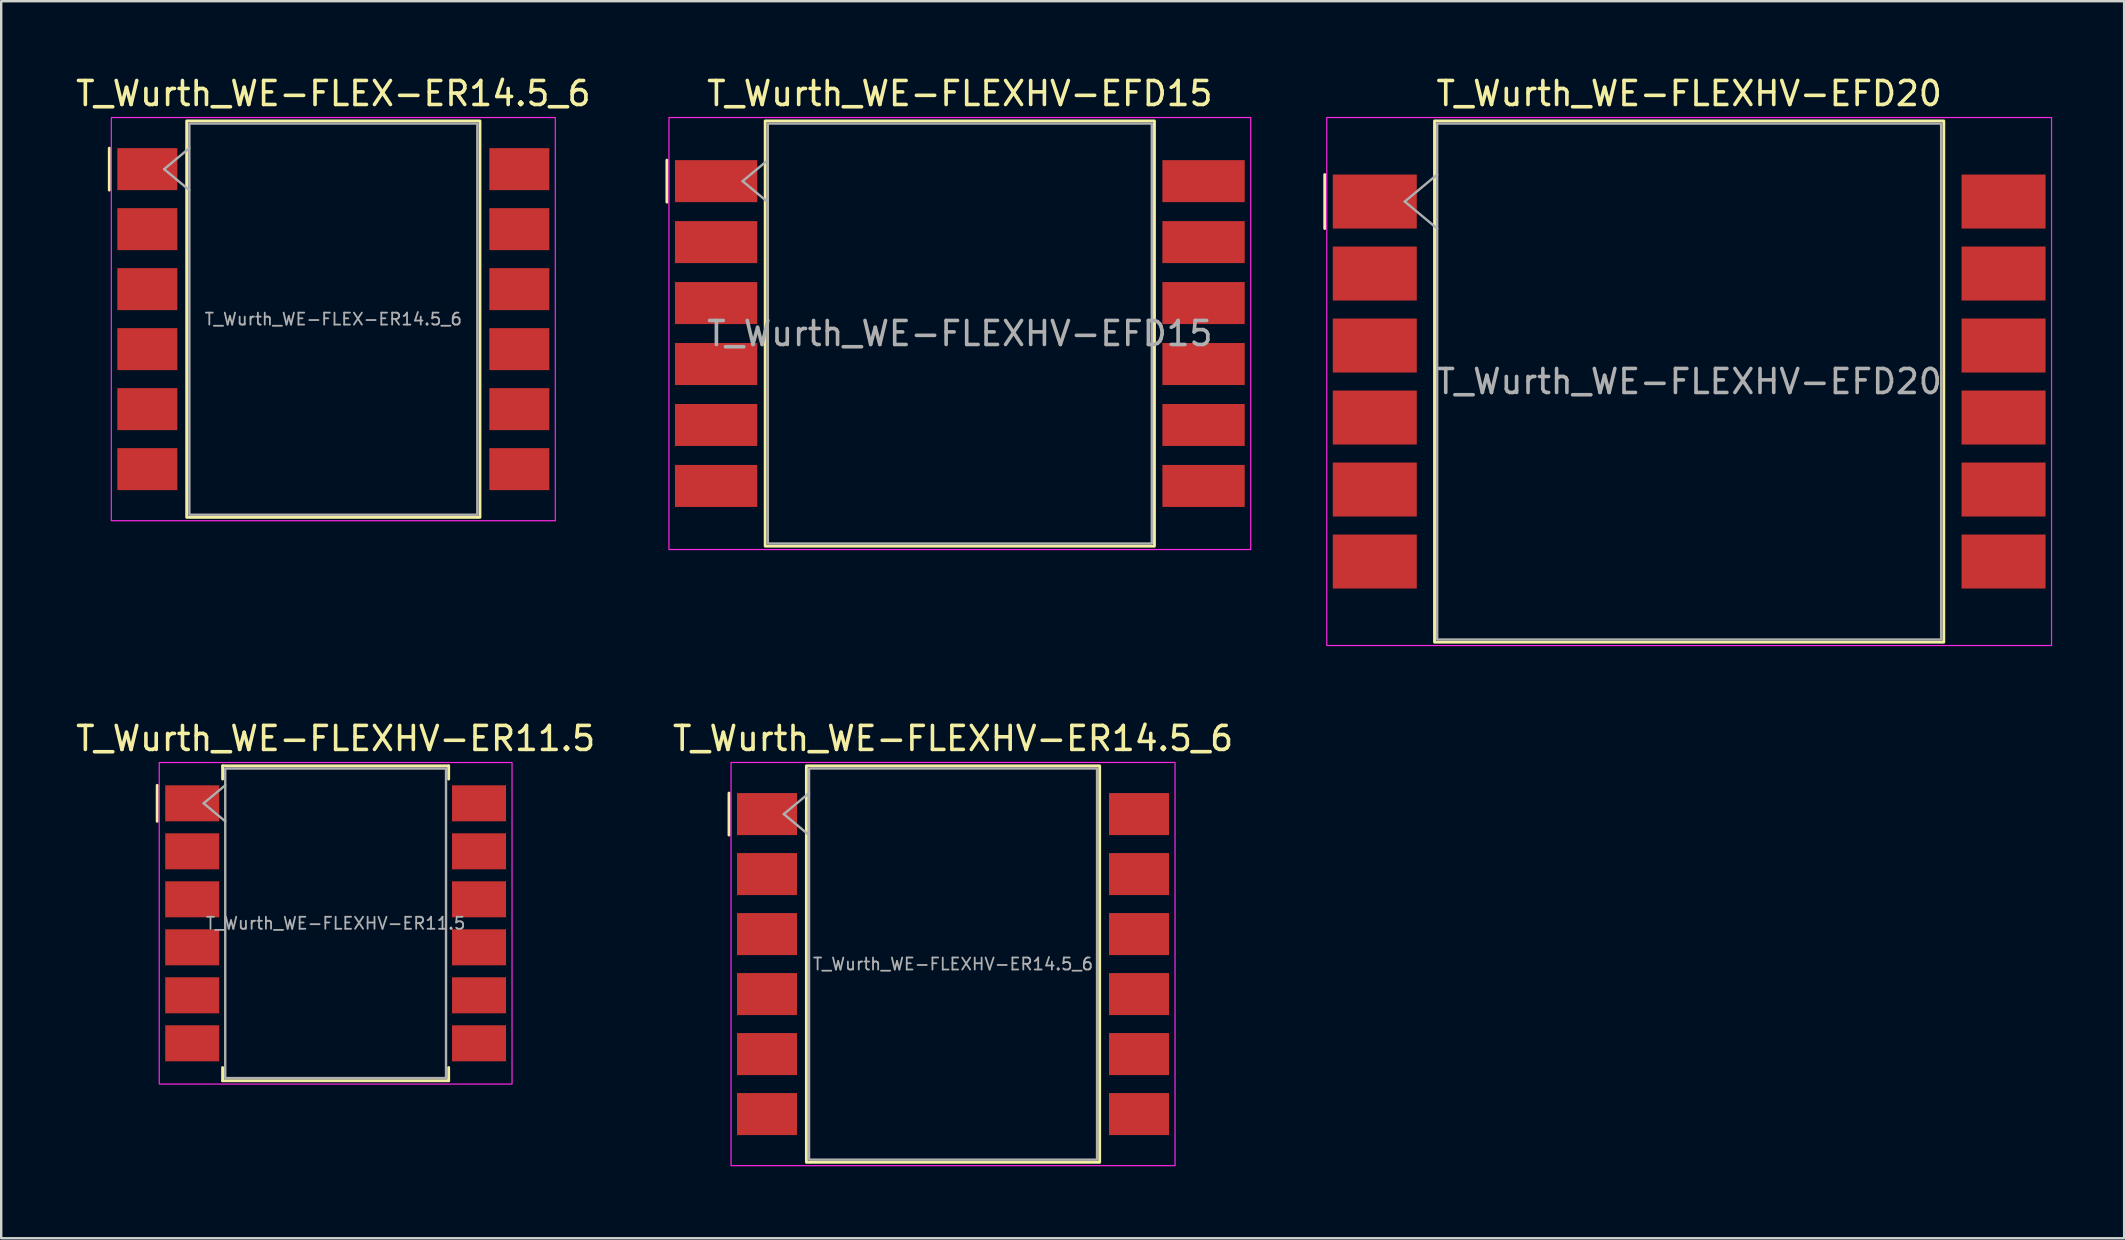
<source format=kicad_pcb>
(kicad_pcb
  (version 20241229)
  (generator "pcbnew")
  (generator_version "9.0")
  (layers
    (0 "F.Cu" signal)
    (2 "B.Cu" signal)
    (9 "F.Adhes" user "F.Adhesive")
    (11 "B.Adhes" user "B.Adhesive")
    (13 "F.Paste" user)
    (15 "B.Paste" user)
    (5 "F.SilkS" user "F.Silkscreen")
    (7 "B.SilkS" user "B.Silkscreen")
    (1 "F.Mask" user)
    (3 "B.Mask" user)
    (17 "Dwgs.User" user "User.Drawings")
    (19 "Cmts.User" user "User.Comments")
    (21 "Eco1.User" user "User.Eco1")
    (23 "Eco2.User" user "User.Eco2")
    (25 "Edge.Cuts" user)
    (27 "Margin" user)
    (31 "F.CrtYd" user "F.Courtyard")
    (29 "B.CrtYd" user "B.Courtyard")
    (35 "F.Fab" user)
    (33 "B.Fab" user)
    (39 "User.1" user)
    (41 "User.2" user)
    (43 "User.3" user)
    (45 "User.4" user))
  (footprint "T_Wurth_WE-FLEXHV-EFD15"
    (layer "F.Cu")
    (at 36.944 10.848)
    (property "Reference" "T_Wurth_WE-FLEXHV-EFD15" (at 0 -10 0) (unlocked yes) (layer "F.SilkS") (effects (font (size 1 1) (thickness 0.15))))
    (attr smd)
    (fp_line (start -12.205 -7.225) (end -12.205 -5.475) (stroke (width 0.12) (type solid)) (layer "F.SilkS"))
    (fp_rect (start -8.11 -8.86) (end 8.11 8.86) (stroke (width 0.12) (type solid)) (fill no) (layer "F.SilkS"))
    (fp_rect (start -12.12 -9) (end 12.12 9) (stroke (width 0.05) (type solid)) (fill no) (layer "F.CrtYd"))
    (fp_line (start -8 -7.225) (end -9.05 -6.35) (stroke (width 0.1) (type solid)) (layer "F.Fab"))
    (fp_line (start -8 -5.475) (end -9.05 -6.35) (stroke (width 0.1) (type solid)) (layer "F.Fab"))
    (fp_rect (start -8 -8.75) (end 8 8.75) (stroke (width 0.1) (type solid)) (fill no) (layer "F.Fab"))
    (fp_text user "${REFERENCE}" (at 0 0 0) (unlocked yes) (layer "F.Fab") (effects (font (size 1 1) (thickness 0.15))))
    (pad "1" smd rect (at -10.155 -6.35) (size 3.43 1.75) (layers "F.Cu" "F.Mask" "F.Paste"))
    (pad "2" smd rect (at -10.155 -3.81) (size 3.43 1.75) (layers "F.Cu" "F.Mask" "F.Paste"))
    (pad "3" smd rect (at -10.155 -1.27) (size 3.43 1.75) (layers "F.Cu" "F.Mask" "F.Paste"))
    (pad "4" smd rect (at -10.155 1.27) (size 3.43 1.75) (layers "F.Cu" "F.Mask" "F.Paste"))
    (pad "5" smd rect (at -10.155 3.81) (size 3.43 1.75) (layers "F.Cu" "F.Mask" "F.Paste"))
    (pad "6" smd rect (at -10.155 6.35) (size 3.43 1.75) (layers "F.Cu" "F.Mask" "F.Paste"))
    (pad "7" smd rect (at 10.155 6.35) (size 3.43 1.75) (layers "F.Cu" "F.Mask" "F.Paste"))
    (pad "8" smd rect (at 10.155 3.81) (size 3.43 1.75) (layers "F.Cu" "F.Mask" "F.Paste"))
    (pad "9" smd rect (at 10.155 1.27) (size 3.43 1.75) (layers "F.Cu" "F.Mask" "F.Paste"))
    (pad "10" smd rect (at 10.155 -1.27) (size 3.43 1.75) (layers "F.Cu" "F.Mask" "F.Paste"))
    (pad "11" smd rect (at 10.155 -3.81) (size 3.43 1.75) (layers "F.Cu" "F.Mask" "F.Paste"))
    (pad "12" smd rect (at 10.155 -6.35) (size 3.43 1.75) (layers "F.Cu" "F.Mask" "F.Paste")))
  (footprint "T_Wurth_WE-FLEX-ER14.5_6"
    (layer "F.Cu")
    (at 10.839 10.248)
    (property "Reference" "T_Wurth_WE-FLEX-ER14.5_6" (at 0 -9.4 0) (unlocked yes) (layer "F.SilkS") (effects (font (size 1 1) (thickness 0.15))))
    (attr smd)
    (fp_line (start -9.335 -7.125) (end -9.335 -5.375) (stroke (width 0.12) (type solid)) (layer "F.SilkS"))
    (fp_rect (start -6.11 -8.26) (end 6.11 8.26) (stroke (width 0.12) (type solid)) (fill no) (layer "F.SilkS"))
    (fp_rect (start -9.25 -8.4) (end 9.25 8.4) (stroke (width 0.05) (type solid)) (fill no) (layer "F.CrtYd"))
    (fp_line (start -6 -7.125) (end -7.05 -6.25) (stroke (width 0.1) (type solid)) (layer "F.Fab"))
    (fp_line (start -6 -5.375) (end -7.05 -6.25) (stroke (width 0.1) (type solid)) (layer "F.Fab"))
    (fp_rect (start -6 -8.15) (end 6 8.15) (stroke (width 0.1) (type solid)) (fill no) (layer "F.Fab"))
    (fp_text user "${REFERENCE}" (at 0 0 0) (unlocked yes) (layer "F.Fab") (effects (font (size 0.5 0.5) (thickness 0.075))))
    (pad "1" smd rect (at -7.75 -6.25) (size 2.5 1.75) (layers "F.Cu" "F.Mask" "F.Paste"))
    (pad "2" smd rect (at -7.75 -3.75) (size 2.5 1.75) (layers "F.Cu" "F.Mask" "F.Paste"))
    (pad "3" smd rect (at -7.75 -1.25) (size 2.5 1.75) (layers "F.Cu" "F.Mask" "F.Paste"))
    (pad "4" smd rect (at -7.75 1.25) (size 2.5 1.75) (layers "F.Cu" "F.Mask" "F.Paste"))
    (pad "5" smd rect (at -7.75 3.75) (size 2.5 1.75) (layers "F.Cu" "F.Mask" "F.Paste"))
    (pad "6" smd rect (at -7.75 6.25) (size 2.5 1.75) (layers "F.Cu" "F.Mask" "F.Paste"))
    (pad "7" smd rect (at 7.75 6.25) (size 2.5 1.75) (layers "F.Cu" "F.Mask" "F.Paste"))
    (pad "8" smd rect (at 7.75 3.75) (size 2.5 1.75) (layers "F.Cu" "F.Mask" "F.Paste"))
    (pad "9" smd rect (at 7.75 1.25) (size 2.5 1.75) (layers "F.Cu" "F.Mask" "F.Paste"))
    (pad "10" smd rect (at 7.75 -1.25) (size 2.5 1.75) (layers "F.Cu" "F.Mask" "F.Paste"))
    (pad "11" smd rect (at 7.75 -3.75) (size 2.5 1.75) (layers "F.Cu" "F.Mask" "F.Paste"))
    (pad "12" smd rect (at 7.75 -6.25) (size 2.5 1.75) (layers "F.Cu" "F.Mask" "F.Paste")))
  (footprint "T_Wurth_WE-FLEXHV-ER14.5_6"
    (layer "F.Cu")
    (at 36.661 37.121)
    (property "Reference" "T_Wurth_WE-FLEXHV-ER14.5_6" (at 0 -9.4 0) (unlocked yes) (layer "F.SilkS") (effects (font (size 1 1) (thickness 0.15))))
    (attr smd)
    (fp_line (start -9.335 -7.125) (end -9.335 -5.375) (stroke (width 0.12) (type solid)) (layer "F.SilkS"))
    (fp_rect (start -6.11 -8.26) (end 6.11 8.26) (stroke (width 0.12) (type solid)) (fill no) (layer "F.SilkS"))
    (fp_rect (start -9.25 -8.4) (end 9.25 8.4) (stroke (width 0.05) (type solid)) (fill no) (layer "F.CrtYd"))
    (fp_line (start -6 -7.125) (end -7.05 -6.25) (stroke (width 0.1) (type solid)) (layer "F.Fab"))
    (fp_line (start -6 -5.375) (end -7.05 -6.25) (stroke (width 0.1) (type solid)) (layer "F.Fab"))
    (fp_rect (start -6 -8.15) (end 6 8.15) (stroke (width 0.1) (type solid)) (fill no) (layer "F.Fab"))
    (fp_text user "${REFERENCE}" (at 0 0 0) (unlocked yes) (layer "F.Fab") (effects (font (size 0.5 0.5) (thickness 0.075))))
    (pad "1" smd rect (at -7.75 -6.25) (size 2.5 1.75) (layers "F.Cu" "F.Mask" "F.Paste"))
    (pad "2" smd rect (at -7.75 -3.75) (size 2.5 1.75) (layers "F.Cu" "F.Mask" "F.Paste"))
    (pad "3" smd rect (at -7.75 -1.25) (size 2.5 1.75) (layers "F.Cu" "F.Mask" "F.Paste"))
    (pad "4" smd rect (at -7.75 1.25) (size 2.5 1.75) (layers "F.Cu" "F.Mask" "F.Paste"))
    (pad "5" smd rect (at -7.75 3.75) (size 2.5 1.75) (layers "F.Cu" "F.Mask" "F.Paste"))
    (pad "6" smd rect (at -7.75 6.25) (size 2.5 1.75) (layers "F.Cu" "F.Mask" "F.Paste"))
    (pad "7" smd rect (at 7.75 6.25) (size 2.5 1.75) (layers "F.Cu" "F.Mask" "F.Paste"))
    (pad "8" smd rect (at 7.75 3.75) (size 2.5 1.75) (layers "F.Cu" "F.Mask" "F.Paste"))
    (pad "9" smd rect (at 7.75 1.25) (size 2.5 1.75) (layers "F.Cu" "F.Mask" "F.Paste"))
    (pad "10" smd rect (at 7.75 -1.25) (size 2.5 1.75) (layers "F.Cu" "F.Mask" "F.Paste"))
    (pad "11" smd rect (at 7.75 -3.75) (size 2.5 1.75) (layers "F.Cu" "F.Mask" "F.Paste"))
    (pad "12" smd rect (at 7.75 -6.25) (size 2.5 1.75) (layers "F.Cu" "F.Mask" "F.Paste")))
  (footprint "T_Wurth_WE-FLEXHV-ER11.5"
    (layer "F.Cu")
    (at 10.935 35.422)
    (property "Reference" "T_Wurth_WE-FLEXHV-ER11.5" (at 0 -7.7 0) (unlocked yes) (layer "F.SilkS") (effects (font (size 1 1) (thickness 0.15))))
    (attr smd)
    (fp_line (start -7.435 -5.75) (end -7.435 -4.25) (stroke (width 0.12) (type solid)) (layer "F.SilkS"))
    (fp_line (start -4.71 -6.56) (end -4.71 -6.01) (stroke (width 0.12) (type solid)) (layer "F.SilkS"))
    (fp_line (start -4.71 -6.56) (end 4.71 -6.56) (stroke (width 0.12) (type solid)) (layer "F.SilkS"))
    (fp_line (start -4.71 6.56) (end -4.71 6.01) (stroke (width 0.12) (type solid)) (layer "F.SilkS"))
    (fp_line (start -4.71 6.56) (end 4.71 6.56) (stroke (width 0.12) (type solid)) (layer "F.SilkS"))
    (fp_line (start 4.71 -6.56) (end 4.71 -6.01) (stroke (width 0.12) (type solid)) (layer "F.SilkS"))
    (fp_line (start 4.71 6.56) (end 4.71 6.01) (stroke (width 0.12) (type solid)) (layer "F.SilkS"))
    (fp_rect (start -7.35 -6.7) (end 7.35 6.7) (stroke (width 0.05) (type solid)) (fill no) (layer "F.CrtYd"))
    (fp_line (start -4.6 -5.75) (end -5.5 -5) (stroke (width 0.1) (type solid)) (layer "F.Fab"))
    (fp_line (start -4.6 -4.25) (end -5.5 -5) (stroke (width 0.1) (type solid)) (layer "F.Fab"))
    (fp_rect (start -4.6 -6.45) (end 4.6 6.45) (stroke (width 0.1) (type solid)) (fill no) (layer "F.Fab"))
    (fp_text user "${REFERENCE}" (at 0 0 0) (unlocked yes) (layer "F.Fab") (effects (font (size 0.5 0.5) (thickness 0.075))))
    (pad "1" smd rect (at -5.975 -5) (size 2.25 1.5) (layers "F.Cu" "F.Mask" "F.Paste"))
    (pad "2" smd rect (at -5.975 -3) (size 2.25 1.5) (layers "F.Cu" "F.Mask" "F.Paste"))
    (pad "3" smd rect (at -5.975 -1) (size 2.25 1.5) (layers "F.Cu" "F.Mask" "F.Paste"))
    (pad "4" smd rect (at -5.975 1) (size 2.25 1.5) (layers "F.Cu" "F.Mask" "F.Paste"))
    (pad "5" smd rect (at -5.975 3) (size 2.25 1.5) (layers "F.Cu" "F.Mask" "F.Paste"))
    (pad "6" smd rect (at -5.975 5) (size 2.25 1.5) (layers "F.Cu" "F.Mask" "F.Paste"))
    (pad "7" smd rect (at 5.975 5) (size 2.25 1.5) (layers "F.Cu" "F.Mask" "F.Paste"))
    (pad "8" smd rect (at 5.975 3) (size 2.25 1.5) (layers "F.Cu" "F.Mask" "F.Paste"))
    (pad "9" smd rect (at 5.975 1) (size 2.25 1.5) (layers "F.Cu" "F.Mask" "F.Paste"))
    (pad "10" smd rect (at 5.975 -1) (size 2.25 1.5) (layers "F.Cu" "F.Mask" "F.Paste"))
    (pad "11" smd rect (at 5.975 -3) (size 2.25 1.5) (layers "F.Cu" "F.Mask" "F.Paste"))
    (pad "12" smd rect (at 5.975 -5) (size 2.25 1.5) (layers "F.Cu" "F.Mask" "F.Paste")))
  (footprint "T_Wurth_WE-FLEXHV-EFD20"
    (layer "F.Cu")
    (at 67.334 12.848)
    (property "Reference" "T_Wurth_WE-FLEXHV-EFD20" (at 0 -12 0) (unlocked yes) (layer "F.SilkS") (effects (font (size 1 1) (thickness 0.15))))
    (attr smd)
    (fp_line (start -15.185 -8.625) (end -15.185 -6.375) (stroke (width 0.12) (type solid)) (layer "F.SilkS"))
    (fp_rect (start -10.61 -10.86) (end 10.61 10.86) (stroke (width 0.12) (type solid)) (fill no) (layer "F.SilkS"))
    (fp_rect (start -15.1 -11) (end 15.1 11) (stroke (width 0.05) (type solid)) (fill no) (layer "F.CrtYd"))
    (fp_line (start -10.5 -8.625) (end -11.85 -7.5) (stroke (width 0.1) (type solid)) (layer "F.Fab"))
    (fp_line (start -10.5 -6.375) (end -11.85 -7.5) (stroke (width 0.1) (type solid)) (layer "F.Fab"))
    (fp_rect (start -10.5 -10.75) (end 10.5 10.75) (stroke (width 0.1) (type solid)) (fill no) (layer "F.Fab"))
    (fp_text user "${REFERENCE}" (at 0 0 0) (unlocked yes) (layer "F.Fab") (effects (font (size 1 1) (thickness 0.15))))
    (pad "1" smd rect (at -13.1 -7.5) (size 3.5 2.25) (layers "F.Cu" "F.Mask" "F.Paste"))
    (pad "2" smd rect (at -13.1 -4.5) (size 3.5 2.25) (layers "F.Cu" "F.Mask" "F.Paste"))
    (pad "3" smd rect (at -13.1 -1.5) (size 3.5 2.25) (layers "F.Cu" "F.Mask" "F.Paste"))
    (pad "4" smd rect (at -13.1 1.5) (size 3.5 2.25) (layers "F.Cu" "F.Mask" "F.Paste"))
    (pad "5" smd rect (at -13.1 4.5) (size 3.5 2.25) (layers "F.Cu" "F.Mask" "F.Paste"))
    (pad "6" smd rect (at -13.1 7.5) (size 3.5 2.25) (layers "F.Cu" "F.Mask" "F.Paste"))
    (pad "7" smd rect (at 13.1 7.5) (size 3.5 2.25) (layers "F.Cu" "F.Mask" "F.Paste"))
    (pad "8" smd rect (at 13.1 4.5) (size 3.5 2.25) (layers "F.Cu" "F.Mask" "F.Paste"))
    (pad "9" smd rect (at 13.1 1.5) (size 3.5 2.25) (layers "F.Cu" "F.Mask" "F.Paste"))
    (pad "10" smd rect (at 13.1 -1.5) (size 3.5 2.25) (layers "F.Cu" "F.Mask" "F.Paste"))
    (pad "11" smd rect (at 13.1 -4.5) (size 3.5 2.25) (layers "F.Cu" "F.Mask" "F.Paste"))
    (pad "12" smd rect (at 13.1 -7.5) (size 3.5 2.25) (layers "F.Cu" "F.Mask" "F.Paste")))
  (gr_rect
    (start -3 -3)
    (end 85.459 48.547)
    (stroke (width 0.1) (type default))
    (fill no)
    (layer "Edge.Cuts")))
</source>
